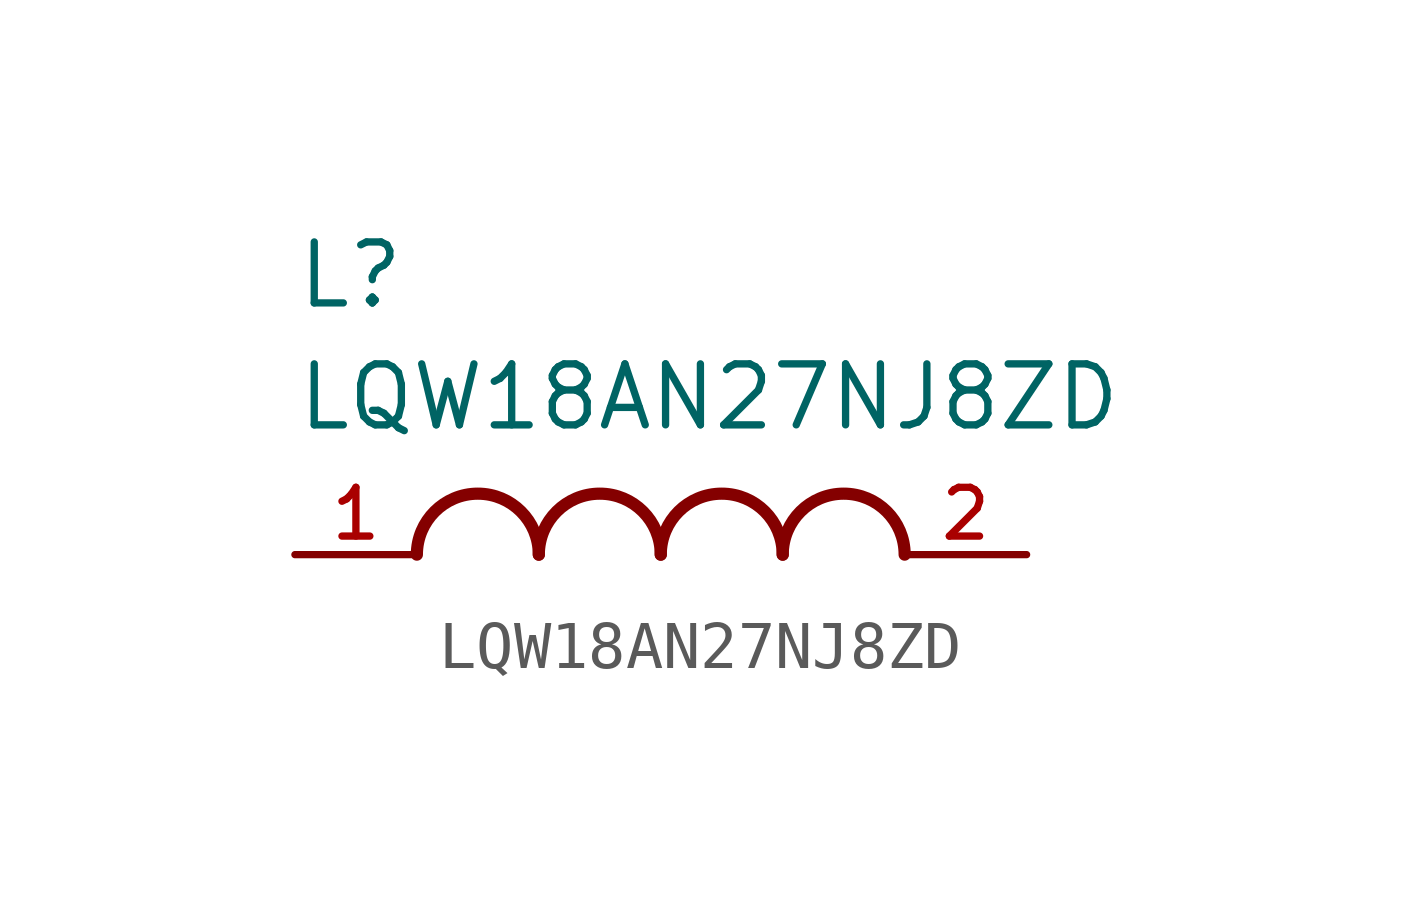
<source format=kicad_sym>
(kicad_symbol_lib
  (version 20211014)
  (generator kicad_symbol_editor)
  (symbol "LQW18AN27NJ8ZD"
    (pin_names
      (offset 1.016))
    (property "Reference" "L"
      (at -7.62 5.08 0)
      (effects (font (size 1.27 1.27)) (justify bottom left)))
    (property "Value" "LQW18AN27NJ8ZD"
      (at -7.62 2.54 0)
      (effects (font (size 1.27 1.27)) (justify bottom left)))
    (symbol "LQW18AN27NJ8ZD_0_0"
      (arc (start -2.54 0.0) (mid -3.81 1.27) (end -5.08 0.0) (stroke (width 0.254) (type default) (color 0 0 0 0)) (fill (type none)))
      (arc (start 0.0 0.0) (mid -1.27 1.27) (end -2.54 0.0) (stroke (width 0.254) (type default) (color 0 0 0 0)) (fill (type none)))
      (arc (start 2.54 0.0) (mid 1.27 1.27) (end 0.0 0.0) (stroke (width 0.254) (type default) (color 0 0 0 0)) (fill (type none)))
      (arc (start 5.08 0.0) (mid 3.81 1.27) (end 2.54 0.0) (stroke (width 0.254) (type default) (color 0 0 0 0)) (fill (type none)))
      (pin passive line (at -7.62 0.0 0) (length 2.54) (name "~" (effects (font (size 1.016 1.016)))) (number "1" (effects (font (size 1.016 1.016)))))
      (pin passive line (at 7.62 0.0 180.0) (length 2.54) (name "~" (effects (font (size 1.016 1.016)))) (number "2" (effects (font (size 1.016 1.016))))))))
</source>
